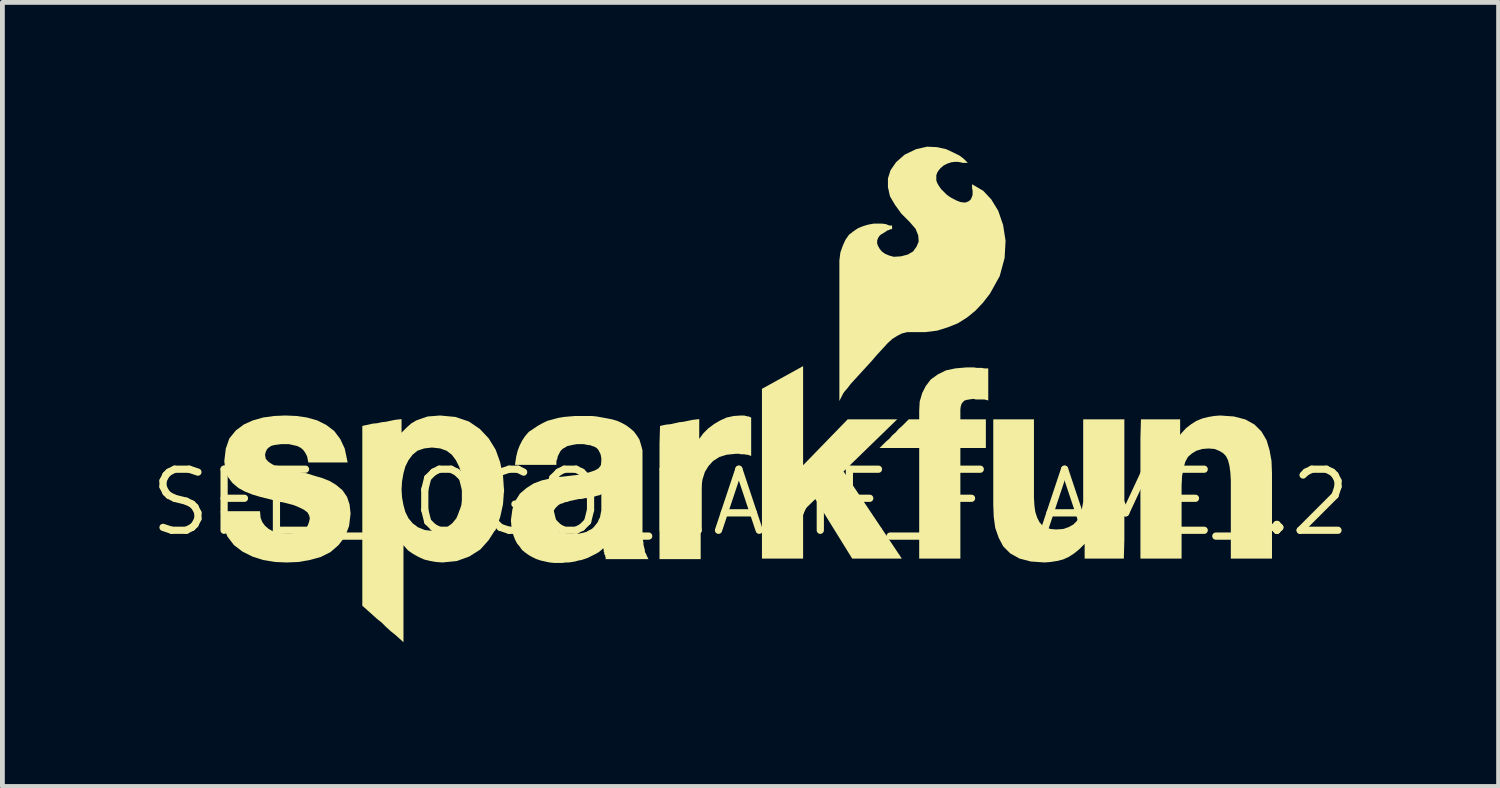
<source format=kicad_pcb>
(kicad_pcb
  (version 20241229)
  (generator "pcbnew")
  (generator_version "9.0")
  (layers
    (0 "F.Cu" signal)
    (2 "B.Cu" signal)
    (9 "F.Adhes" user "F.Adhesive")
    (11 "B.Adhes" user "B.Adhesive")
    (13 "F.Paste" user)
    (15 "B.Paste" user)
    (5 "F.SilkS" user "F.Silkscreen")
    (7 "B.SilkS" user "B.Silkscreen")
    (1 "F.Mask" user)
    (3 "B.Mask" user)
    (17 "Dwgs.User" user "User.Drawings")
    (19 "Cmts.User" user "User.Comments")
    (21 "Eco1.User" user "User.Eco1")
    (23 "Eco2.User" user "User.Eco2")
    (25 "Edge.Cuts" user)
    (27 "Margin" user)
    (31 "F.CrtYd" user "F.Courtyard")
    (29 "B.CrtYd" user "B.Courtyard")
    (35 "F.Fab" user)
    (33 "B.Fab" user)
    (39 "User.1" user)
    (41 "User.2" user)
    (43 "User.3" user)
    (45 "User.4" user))
  (footprint "SFE_LOGO_NAME_FLAME_.2"
    (layer "F.Cu")
    (at 12.556 7.397)
    (property "Reference" "SFE_LOGO_NAME_FLAME_.2" (at 0 0 0) (layer "F.SilkS") (effects (font (size 1.27 1.27) (thickness 0.15))))
    (fp_poly (pts (xy -5.123 -0.286) (xy -5.146 0.037) (xy -5.207 0.312) (xy -5.313 0.593) (xy -6.071 0.231) (xy -6.011 0.053) (xy -5.992 -0.102) (xy -5.98 -0.308)) (stroke (width 0) (type default)) (fill yes) (layer "F.SilkS"))
    (fp_poly (pts (xy 1.094 -0.773) (xy 2.02 -1.727) (xy 3.05 -1.727) (xy 1.935 -0.644) (xy 3.147 1.169) (xy 2.115 1.169) (xy 1.348 -0.069) (xy 1.094 0.177) (xy 1.094 1.169) (xy 0.238 1.169) (xy 0.238 -2.362) (xy 1.094 -2.834)) (stroke (width 0) (type default)) (fill yes) (layer "F.SilkS"))
    (fp_poly (pts (xy -3.337 -0.091) (xy -3.429 -0.091) (xy -3.466 -0.082) (xy -3.52 -0.071) (xy -3.56 -0.071) (xy -3.656 -0.052) (xy -3.696 -0.042) (xy -3.746 -0.032) (xy -3.859 -0.004) (xy -4.035 -0.522) (xy -3.808 -0.547) (xy -3.639 -0.567) (xy -3.444 -0.591)) (stroke (width 0) (type default)) (fill yes) (layer "F.SilkS"))
    (fp_poly (pts (xy -0.105 -1.797) (xy -0.088 -1.797) (xy -0.058 -1.787) (xy -0.035 -1.787) (xy 0.014 -1.763) (xy 0.014 -0.966) (xy -0.06 -0.991) (xy -0.089 -0.991) (xy -0.129 -1.001) (xy -0.199 -1.001) (xy -0.239 -1.011) (xy -0.302 -1.011) (xy -0.496 -0.991) (xy -0.648 -0.944) (xy -0.779 -0.86) (xy -0.873 -0.756) (xy -0.949 -0.633) (xy -0.997 -0.48) (xy -1.026 -0.315) (xy -1.036 -0.138) (xy -1.036 1.179) (xy -1.892 1.179) (xy -1.892 -1.22) (xy -1.881 -1.59) (xy -1.76 -1.617) (xy -1.66 -1.627) (xy -1.48 -1.667) (xy -1.39 -1.677) (xy -1.302 -1.696) (xy -1.2 -1.717) (xy -1.066 -1.732) (xy -1.066 -1.32) (xy -0.983 -1.434) (xy -0.879 -1.538) (xy -0.755 -1.631) (xy -0.632 -1.703) (xy -0.496 -1.765) (xy -0.349 -1.797) (xy -0.195 -1.807) (xy -0.125 -1.807)) (stroke (width 0) (type default)) (fill yes) (layer "F.SilkS"))
    (fp_poly (pts (xy 5.894 -0.1) (xy 5.904 0.067) (xy 5.923 0.202) (xy 5.961 0.316) (xy 6.008 0.41) (xy 6.062 0.472) (xy 6.142 0.526) (xy 6.243 0.553) (xy 6.356 0.563) (xy 6.499 0.553) (xy 6.611 0.516) (xy 6.713 0.46) (xy 6.785 0.388) (xy 6.841 0.285) (xy 6.889 0.151) (xy 6.918 -0.012) (xy 6.918 -1.727) (xy 7.774 -1.727) (xy 7.774 0.782) (xy 7.763 1.169) (xy 6.948 1.169) (xy 6.948 0.858) (xy 6.935 0.876) (xy 6.831 0.979) (xy 6.728 1.062) (xy 6.614 1.135) (xy 6.499 1.187) (xy 6.374 1.218) (xy 6.24 1.239) (xy 6.116 1.249) (xy 5.83 1.229) (xy 5.592 1.167) (xy 5.403 1.062) (xy 5.255 0.914) (xy 5.161 0.736) (xy 5.089 0.53) (xy 5.058 0.304) (xy 5.048 0.052) (xy 5.048 -1.727) (xy 5.894 -1.727)) (stroke (width 0) (type default)) (fill yes) (layer "F.SilkS"))
    (fp_poly (pts (xy 10.052 -1.787) (xy 10.29 -1.725) (xy 10.479 -1.62) (xy 10.626 -1.473) (xy 10.731 -1.294) (xy 10.793 -1.088) (xy 10.834 -0.863) (xy 10.844 -0.61) (xy 10.844 1.169) (xy 9.988 1.169) (xy 9.988 -0.458) (xy 9.978 -0.625) (xy 9.959 -0.762) (xy 9.93 -0.876) (xy 9.885 -0.966) (xy 9.823 -1.028) (xy 9.74 -1.075) (xy 9.647 -1.111) (xy 9.526 -1.121) (xy 9.393 -1.111) (xy 9.272 -1.074) (xy 9.179 -1.018) (xy 9.096 -0.945) (xy 9.041 -0.844) (xy 9.003 -0.71) (xy 8.974 -0.545) (xy 8.964 -0.348) (xy 8.964 1.169) (xy 8.108 1.169) (xy 8.108 -1.34) (xy 8.119 -1.727) (xy 8.934 -1.727) (xy 8.934 -1.402) (xy 8.956 -1.433) (xy 9.05 -1.537) (xy 9.154 -1.62) (xy 9.268 -1.693) (xy 9.394 -1.745) (xy 9.518 -1.776) (xy 9.641 -1.797) (xy 9.766 -1.807)) (stroke (width 0) (type default)) (fill yes) (layer "F.SilkS"))
    (fp_poly (pts (xy 4.7 -2.797) (xy 4.81 -2.797) (xy 4.86 -2.787) (xy 4.944 -2.787) (xy 4.944 -2.12) (xy 4.861 -2.141) (xy 4.68 -2.141) (xy 4.65 -2.151) (xy 4.619 -2.151) (xy 4.552 -2.141) (xy 4.495 -2.132) (xy 4.447 -2.116) (xy 4.415 -2.084) (xy 4.39 -2.051) (xy 4.373 -2) (xy 4.364 -1.936) (xy 4.364 -1.727) (xy 4.894 -1.727) (xy 4.894 -1.131) (xy 4.364 -1.131) (xy 4.364 1.169) (xy 3.508 1.169) (xy 3.508 -1.131) (xy 2.684 -1.131) (xy 2.82 -1.267) (xy 2.889 -1.326) (xy 2.949 -1.396) (xy 3.019 -1.456) (xy 3.079 -1.526) (xy 3.15 -1.587) (xy 3.29 -1.727) (xy 3.508 -1.727) (xy 3.508 -1.91) (xy 3.518 -2.096) (xy 3.57 -2.273) (xy 3.644 -2.419) (xy 3.749 -2.557) (xy 3.896 -2.662) (xy 4.063 -2.745) (xy 4.26 -2.787) (xy 4.494 -2.807) (xy 4.65 -2.807)) (stroke (width 0) (type default)) (fill yes) (layer "F.SilkS"))
    (fp_poly (pts (xy -6.136 -1.777) (xy -5.857 -1.683) (xy -5.629 -1.528) (xy -5.444 -1.332) (xy -5.299 -1.096) (xy -5.207 -0.839) (xy -5.146 -0.554) (xy -5.123 -0.21) (xy -5.98 -0.232) (xy -5.992 -0.436) (xy -6.011 -0.601) (xy -6.059 -0.744) (xy -6.127 -0.879) (xy -6.211 -0.992) (xy -6.322 -1.075) (xy -6.453 -1.122) (xy -6.624 -1.141) (xy -6.786 -1.122) (xy -6.925 -1.075) (xy -7.026 -0.992) (xy -7.111 -0.879) (xy -7.178 -0.745) (xy -7.217 -0.601) (xy -7.246 -0.435) (xy -7.256 -0.269) (xy -7.246 -0.104) (xy -7.217 0.053) (xy -7.178 0.197) (xy -7.112 0.33) (xy -7.027 0.433) (xy -6.915 0.517) (xy -6.775 0.574) (xy -6.614 0.593) (xy -6.444 0.574) (xy -6.313 0.518) (xy -6.201 0.433) (xy -6.117 0.331) (xy -6.043 0.159) (xy -5.279 0.525) (xy -5.444 0.784) (xy -5.619 0.98) (xy -5.847 1.125) (xy -6.105 1.218) (xy -6.403 1.249) (xy -6.539 1.239) (xy -6.662 1.218) (xy -6.787 1.187) (xy -6.901 1.135) (xy -7.014 1.073) (xy -7.12 1) (xy -7.203 0.906) (xy -7.216 0.89) (xy -7.216 2.907) (xy -7.379 2.76) (xy -7.479 2.68) (xy -7.58 2.589) (xy -7.669 2.499) (xy -7.769 2.42) (xy -7.869 2.329) (xy -7.869 2.329) (xy -7.959 2.249) (xy -8.072 2.148) (xy -8.072 -1.59) (xy -7.86 -1.637) (xy -7.76 -1.647) (xy -7.67 -1.667) (xy -7.58 -1.677) (xy -7.492 -1.696) (xy -7.39 -1.717) (xy -7.256 -1.732) (xy -7.256 -1.446) (xy -7.243 -1.464) (xy -7.15 -1.557) (xy -7.057 -1.64) (xy -6.95 -1.704) (xy -6.837 -1.745) (xy -6.712 -1.787) (xy -6.577 -1.797) (xy -6.454 -1.807)) (stroke (width 0) (type default)) (fill yes) (layer "F.SilkS"))
    (fp_poly (pts (xy -9.44 -1.797) (xy -9.226 -1.766) (xy -9.01 -1.705) (xy -8.824 -1.612) (xy -8.657 -1.486) (xy -8.531 -1.319) (xy -8.438 -1.121) (xy -8.377 -0.831) (xy -9.195 -0.831) (xy -9.22 -0.957) (xy -9.257 -1.029) (xy -9.302 -1.093) (xy -9.355 -1.137) (xy -9.427 -1.173) (xy -9.598 -1.211) (xy -9.762 -1.211) (xy -9.839 -1.201) (xy -9.906 -1.192) (xy -9.968 -1.174) (xy -10.02 -1.139) (xy -10.053 -1.106) (xy -10.078 -1.056) (xy -10.095 -0.988) (xy -10.079 -0.906) (xy -10.028 -0.848) (xy -9.945 -0.792) (xy -9.84 -0.745) (xy -9.715 -0.706) (xy -9.566 -0.676) (xy -9.406 -0.636) (xy -9.235 -0.606) (xy -9.073 -0.555) (xy -8.902 -0.505) (xy -8.747 -0.443) (xy -8.612 -0.36) (xy -8.486 -0.255) (xy -8.39 -0.116) (xy -8.337 0.043) (xy -8.316 0.231) (xy -8.347 0.49) (xy -8.43 0.71) (xy -8.566 0.887) (xy -8.733 1.033) (xy -8.94 1.137) (xy -9.166 1.198) (xy -9.4 1.239) (xy -9.644 1.249) (xy -9.888 1.239) (xy -10.133 1.198) (xy -10.358 1.126) (xy -10.564 1.023) (xy -10.741 0.888) (xy -10.877 0.71) (xy -10.971 0.481) (xy -11.019 0.183) (xy -10.199 0.183) (xy -10.187 0.322) (xy -10.15 0.412) (xy -10.096 0.485) (xy -10.022 0.55) (xy -9.939 0.596) (xy -9.845 0.624) (xy -9.749 0.643) (xy -9.632 0.653) (xy -9.558 0.653) (xy -9.473 0.634) (xy -9.397 0.615) (xy -9.322 0.577) (xy -9.259 0.541) (xy -9.207 0.481) (xy -9.181 0.41) (xy -9.163 0.332) (xy -9.18 0.265) (xy -9.213 0.207) (xy -9.284 0.154) (xy -9.38 0.106) (xy -9.496 0.057) (xy -9.643 0.018) (xy -9.823 -0.022) (xy -10.184 -0.112) (xy -10.356 -0.163) (xy -10.51 -0.224) (xy -10.645 -0.297) (xy -10.772 -0.403) (xy -10.868 -0.531) (xy -10.921 -0.68) (xy -10.942 -0.859) (xy -10.911 -1.118) (xy -10.838 -1.328) (xy -10.701 -1.497) (xy -10.533 -1.622) (xy -10.347 -1.705) (xy -10.132 -1.766) (xy -9.907 -1.797) (xy -9.674 -1.807)) (stroke (width 0) (type default)) (fill yes) (layer "F.SilkS"))
    (fp_poly (pts (xy 3.881 -7.387) (xy 4.068 -7.345) (xy 4.223 -7.273) (xy 4.346 -7.212) (xy 4.431 -7.148) (xy 4.518 -7.061) (xy 4.411 -7.061) (xy 4.368 -7.072) (xy 4.313 -7.081) (xy 4.248 -7.081) (xy 4.174 -7.072) (xy 4.091 -7.044) (xy 4.017 -7.007) (xy 3.953 -6.952) (xy 3.907 -6.897) (xy 3.881 -6.853) (xy 3.864 -6.803) (xy 3.864 -6.695) (xy 3.881 -6.645) (xy 3.918 -6.58) (xy 3.965 -6.514) (xy 4.081 -6.398) (xy 4.147 -6.351) (xy 4.214 -6.313) (xy 4.291 -6.274) (xy 4.365 -6.246) (xy 4.429 -6.237) (xy 4.478 -6.237) (xy 4.536 -6.262) (xy 4.576 -6.294) (xy 4.601 -6.344) (xy 4.618 -6.395) (xy 4.618 -6.493) (xy 4.608 -6.523) (xy 4.608 -6.616) (xy 4.84 -6.479) (xy 5.006 -6.302) (xy 5.151 -6.065) (xy 5.253 -5.768) (xy 5.304 -5.441) (xy 5.284 -5.083) (xy 5.182 -4.705) (xy 4.978 -4.338) (xy 4.835 -4.154) (xy 4.682 -3.991) (xy 4.508 -3.848) (xy 4.313 -3.725) (xy 4.109 -3.643) (xy 3.884 -3.572) (xy 3.638 -3.541) (xy 3.261 -3.541) (xy 3.149 -3.513) (xy 3.055 -3.466) (xy 2.949 -3.399) (xy 2.853 -3.312) (xy 2.754 -3.203) (xy 2.634 -3.074) (xy 2.514 -2.934) (xy 2.394 -2.803) (xy 2.394 -2.803) (xy 2.174 -2.563) (xy 2.085 -2.465) (xy 2.016 -2.375) (xy 1.956 -2.305) (xy 1.929 -2.269) (xy 1.848 -2.108) (xy 1.848 -5.031) (xy 1.869 -5.198) (xy 1.921 -5.343) (xy 1.973 -5.458) (xy 2.048 -5.566) (xy 2.144 -5.64) (xy 2.238 -5.703) (xy 2.343 -5.745) (xy 2.447 -5.776) (xy 2.563 -5.797) (xy 2.739 -5.797) (xy 2.816 -5.786) (xy 2.869 -5.765) (xy 2.892 -5.757) (xy 2.944 -5.757) (xy 2.944 -5.681) (xy 2.908 -5.681) (xy 2.882 -5.664) (xy 2.843 -5.654) (xy 2.807 -5.627) (xy 2.71 -5.569) (xy 2.676 -5.535) (xy 2.651 -5.493) (xy 2.634 -5.443) (xy 2.634 -5.385) (xy 2.651 -5.335) (xy 2.687 -5.271) (xy 2.732 -5.217) (xy 2.795 -5.172) (xy 2.879 -5.135) (xy 2.98 -5.107) (xy 3.13 -5.117) (xy 3.271 -5.154) (xy 3.38 -5.218) (xy 3.453 -5.318) (xy 3.497 -5.425) (xy 3.488 -5.55) (xy 3.433 -5.689) (xy 3.308 -5.833) (xy 3.137 -6.004) (xy 3.004 -6.188) (xy 2.9 -6.365) (xy 2.858 -6.555) (xy 2.858 -6.735) (xy 2.911 -6.906) (xy 3.027 -7.074) (xy 3.205 -7.231) (xy 3.443 -7.345) (xy 3.673 -7.397)) (stroke (width 0) (type default)) (fill yes) (layer "F.SilkS"))
    (fp_poly (pts (xy -3.199 -1.787) (xy -2.977 -1.746) (xy -2.875 -1.726) (xy -2.771 -1.695) (xy -2.677 -1.653) (xy -2.583 -1.601) (xy -2.5 -1.539) (xy -2.426 -1.475) (xy -2.363 -1.391) (xy -2.309 -1.305) (xy -2.277 -1.199) (xy -2.246 -1.084) (xy -2.246 0.607) (xy -2.236 0.657) (xy -2.236 0.787) (xy -2.226 0.837) (xy -2.226 0.876) (xy -2.196 0.996) (xy -2.196 1.025) (xy -2.189 1.044) (xy -2.169 1.074) (xy -2.159 1.106) (xy -2.122 1.179) (xy -3.012 1.179) (xy -3.012 1.137) (xy -3.022 1.127) (xy -3.022 1.1) (xy -3.025 1.094) (xy -3.042 1.077) (xy -3.042 1.037) (xy -3.052 1.027) (xy -3.052 0.98) (xy -3.062 0.96) (xy -3.062 0.953) (xy -3.099 0.989) (xy -3.152 1.032) (xy -3.206 1.064) (xy -3.389 1.156) (xy -3.515 1.198) (xy -3.576 1.208) (xy -3.646 1.228) (xy -3.708 1.239) (xy -3.781 1.249) (xy -3.841 1.249) (xy -3.911 1.259) (xy -4.076 1.259) (xy -4.18 1.249) (xy -4.364 1.208) (xy -4.459 1.176) (xy -4.542 1.135) (xy -4.615 1.093) (xy -4.687 1.041) (xy -4.752 0.987) (xy -4.804 0.914) (xy -4.856 0.852) (xy -4.899 0.766) (xy -4.93 0.683) (xy -4.961 0.579) (xy -4.972 0.485) (xy -4.982 0.37) (xy -4.951 0.142) (xy -4.888 -0.036) (xy -4.793 -0.184) (xy -4.657 -0.3) (xy -4.511 -0.393) (xy -4.345 -0.456) (xy -4.172 -0.496) (xy -3.958 -0.532) (xy -3.785 -0.022) (xy -3.861 -0.003) (xy -3.901 0.017) (xy -3.941 0.027) (xy -3.975 0.044) (xy -4 0.061) (xy -4.054 0.115) (xy -4.091 0.17) (xy -4.108 0.204) (xy -4.117 0.239) (xy -4.126 0.285) (xy -4.126 0.377) (xy -4.117 0.423) (xy -4.108 0.458) (xy -4.091 0.492) (xy -4.054 0.547) (xy -4.03 0.571) (xy -4.005 0.588) (xy -3.969 0.606) (xy -3.939 0.616) (xy -3.901 0.635) (xy -3.866 0.644) (xy -3.82 0.653) (xy -3.588 0.653) (xy -3.492 0.634) (xy -3.418 0.615) (xy -3.352 0.577) (xy -3.297 0.55) (xy -3.252 0.506) (xy -3.177 0.412) (xy -3.159 0.365) (xy -3.13 0.309) (xy -3.102 0.167) (xy -3.102 -0.171) (xy -3.128 -0.154) (xy -3.213 -0.132) (xy -3.244 -0.122) (xy -3.296 -0.112) (xy -3.413 -0.082) (xy -3.519 -0.575) (xy -3.356 -0.625) (xy -3.239 -0.664) (xy -3.16 -0.708) (xy -3.111 -0.773) (xy -3.102 -0.861) (xy -3.102 -0.916) (xy -3.111 -0.971) (xy -3.12 -1.006) (xy -3.157 -1.08) (xy -3.174 -1.105) (xy -3.198 -1.129) (xy -3.223 -1.146) (xy -3.257 -1.163) (xy -3.297 -1.173) (xy -3.333 -1.191) (xy -3.368 -1.191) (xy -3.468 -1.211) (xy -3.611 -1.211) (xy -3.667 -1.202) (xy -3.716 -1.192) (xy -3.756 -1.182) (xy -3.802 -1.173) (xy -3.835 -1.156) (xy -3.865 -1.136) (xy -3.901 -1.118) (xy -3.953 -1.066) (xy -4.008 -0.957) (xy -4.017 -0.908) (xy -4.036 -0.862) (xy -4.036 -0.781) (xy -4.898 -0.781) (xy -4.871 -0.957) (xy -4.84 -1.081) (xy -4.799 -1.185) (xy -4.747 -1.288) (xy -4.684 -1.382) (xy -4.609 -1.468) (xy -4.424 -1.592) (xy -4.332 -1.643) (xy -4.228 -1.695) (xy -4.002 -1.756) (xy -3.879 -1.777) (xy -3.767 -1.787) (xy -3.646 -1.797) (xy -3.302 -1.797)) (stroke (width 0) (type default)) (fill yes) (layer "F.SilkS")))
  (gr_rect
    (start -3 -3)
    (end 28.112 13.304)
    (stroke (width 0.1) (type default))
    (fill no)
    (layer "Edge.Cuts")))
</source>
